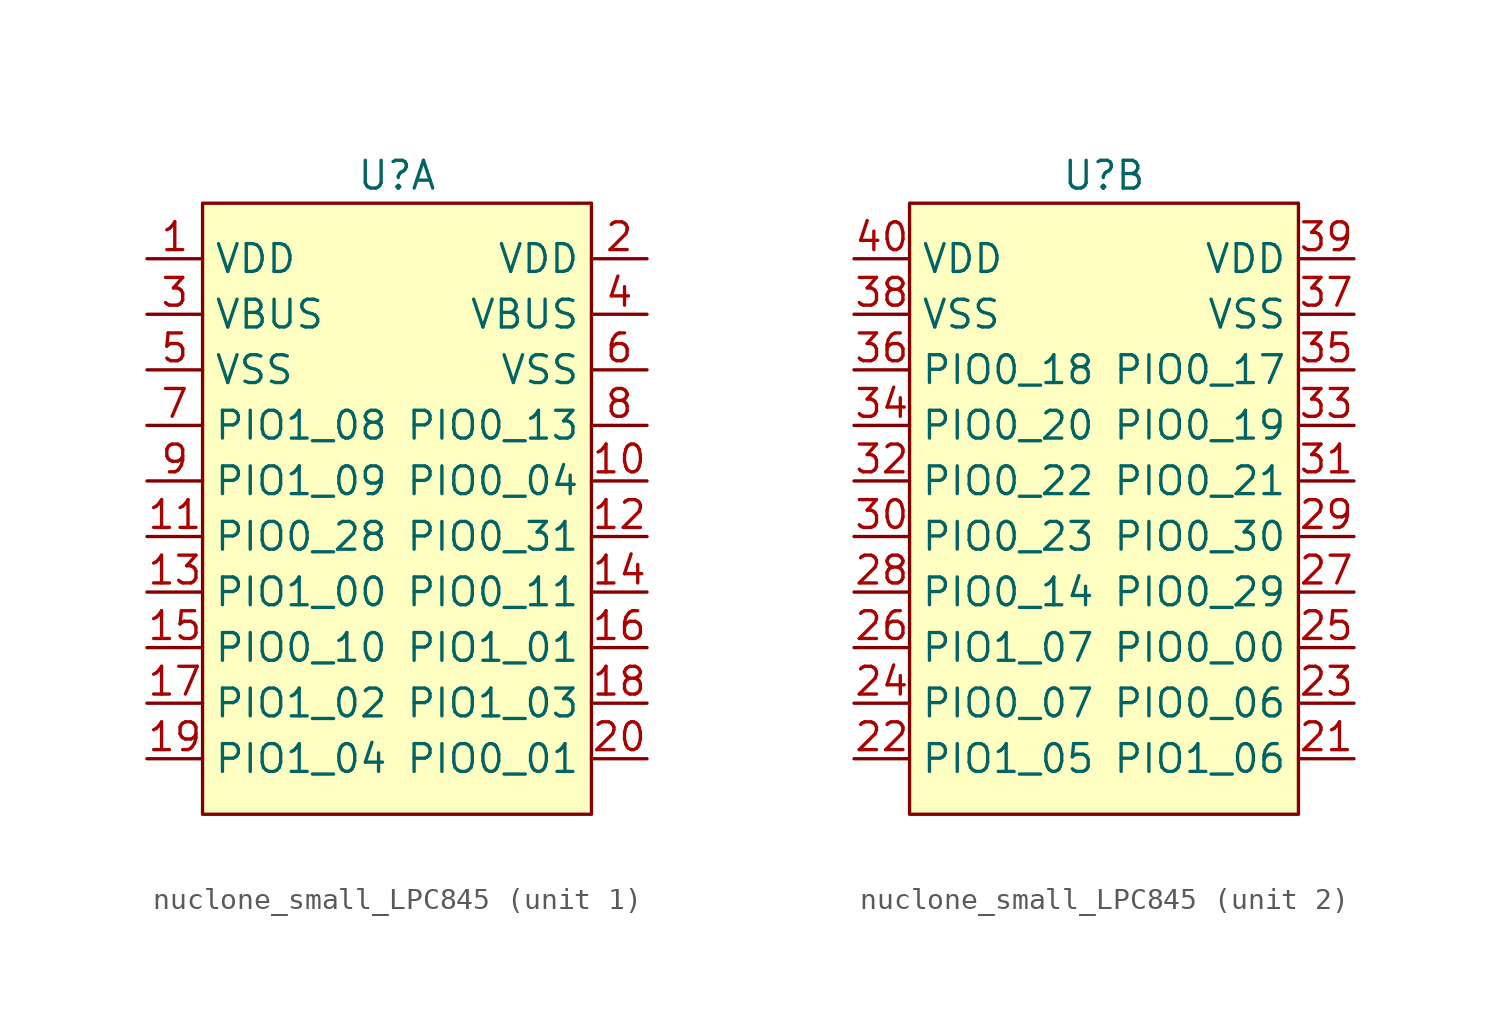
<source format=kicad_sym>
(kicad_symbol_lib
  (version 20231120)
  (generator "kicad_symbol_editor")
  (generator_version "8.0")
  (symbol "nuclone_small_LPC845"
    (property "Reference" "U"
      (at 0 15.24 0)
      (effects (font (size 1.27 1.27))))
    (property "Value" ""
      (at 0 -3.81 0)
      (effects (font (size 1.27 1.27))))
    (property "ki_locked" ""
      (at 0 0 0)
      (effects (font (size 1.27 1.27))))
    (symbol "nuclone_small_LPC845_1_1"
      (rectangle (start -8.89 13.97) (end 8.89 -13.97) (stroke (width 0) (type default)) (fill (type background)))
      (pin power_out line (at -11.43 11.43 0) (length 2.54) (name "VDD" (effects (font (size 1.27 1.27)))) (number "1" (effects (font (size 1.27 1.27)))))
      (pin bidirectional line (at 11.43 1.27 180) (length 2.54) (name "PIO0_04" (effects (font (size 1.27 1.27)))) (number "10" (effects (font (size 1.27 1.27)))))
      (pin bidirectional line (at -11.43 -1.27 0) (length 2.54) (name "PIO0_28" (effects (font (size 1.27 1.27)))) (number "11" (effects (font (size 1.27 1.27)))))
      (pin bidirectional line (at 11.43 -1.27 180) (length 2.54) (name "PIO0_31" (effects (font (size 1.27 1.27)))) (number "12" (effects (font (size 1.27 1.27)))))
      (pin bidirectional line (at -11.43 -3.81 0) (length 2.54) (name "PIO1_00" (effects (font (size 1.27 1.27)))) (number "13" (effects (font (size 1.27 1.27)))))
      (pin bidirectional line (at 11.43 -3.81 180) (length 2.54) (name "PIO0_11" (effects (font (size 1.27 1.27)))) (number "14" (effects (font (size 1.27 1.27)))))
      (pin bidirectional line (at -11.43 -6.35 0) (length 2.54) (name "PIO0_10" (effects (font (size 1.27 1.27)))) (number "15" (effects (font (size 1.27 1.27)))))
      (pin bidirectional line (at 11.43 -6.35 180) (length 2.54) (name "PIO1_01" (effects (font (size 1.27 1.27)))) (number "16" (effects (font (size 1.27 1.27)))))
      (pin bidirectional line (at -11.43 -8.89 0) (length 2.54) (name "PIO1_02" (effects (font (size 1.27 1.27)))) (number "17" (effects (font (size 1.27 1.27)))))
      (pin bidirectional line (at 11.43 -8.89 180) (length 2.54) (name "PIO1_03" (effects (font (size 1.27 1.27)))) (number "18" (effects (font (size 1.27 1.27)))))
      (pin bidirectional line (at -11.43 -11.43 0) (length 2.54) (name "PIO1_04" (effects (font (size 1.27 1.27)))) (number "19" (effects (font (size 1.27 1.27)))))
      (pin power_in line (at 11.43 11.43 180) (length 2.54) (name "VDD" (effects (font (size 1.27 1.27)))) (number "2" (effects (font (size 1.27 1.27)))))
      (pin bidirectional line (at 11.43 -11.43 180) (length 2.54) (name "PIO0_01" (effects (font (size 1.27 1.27)))) (number "20" (effects (font (size 1.27 1.27)))))
      (pin power_out line (at -11.43 8.89 0) (length 2.54) (name "VBUS" (effects (font (size 1.27 1.27)))) (number "3" (effects (font (size 1.27 1.27)))))
      (pin power_in line (at 11.43 8.89 180) (length 2.54) (name "VBUS" (effects (font (size 1.27 1.27)))) (number "4" (effects (font (size 1.27 1.27)))))
      (pin power_out line (at -11.43 6.35 0) (length 2.54) (name "VSS" (effects (font (size 1.27 1.27)))) (number "5" (effects (font (size 1.27 1.27)))))
      (pin power_in line (at 11.43 6.35 180) (length 2.54) (name "VSS" (effects (font (size 1.27 1.27)))) (number "6" (effects (font (size 1.27 1.27)))))
      (pin bidirectional line (at -11.43 3.81 0) (length 2.54) (name "PIO1_08" (effects (font (size 1.27 1.27)))) (number "7" (effects (font (size 1.27 1.27)))))
      (pin bidirectional line (at 11.43 3.81 180) (length 2.54) (name "PIO0_13" (effects (font (size 1.27 1.27)))) (number "8" (effects (font (size 1.27 1.27)))))
      (pin bidirectional line (at -11.43 1.27 0) (length 2.54) (name "PIO1_09" (effects (font (size 1.27 1.27)))) (number "9" (effects (font (size 1.27 1.27))))))
    (symbol "nuclone_small_LPC845_2_1"
      (rectangle (start -8.89 13.97) (end 8.89 -13.97) (stroke (width 0) (type default)) (fill (type background)))
      (pin bidirectional line (at 11.43 -11.43 180) (length 2.54) (name "PIO1_06" (effects (font (size 1.27 1.27)))) (number "21" (effects (font (size 1.27 1.27)))))
      (pin bidirectional line (at -11.43 -11.43 0) (length 2.54) (name "PIO1_05" (effects (font (size 1.27 1.27)))) (number "22" (effects (font (size 1.27 1.27)))))
      (pin bidirectional line (at 11.43 -8.89 180) (length 2.54) (name "PIO0_06" (effects (font (size 1.27 1.27)))) (number "23" (effects (font (size 1.27 1.27)))))
      (pin bidirectional line (at -11.43 -8.89 0) (length 2.54) (name "PIO0_07" (effects (font (size 1.27 1.27)))) (number "24" (effects (font (size 1.27 1.27)))))
      (pin bidirectional line (at 11.43 -6.35 180) (length 2.54) (name "PIO0_00" (effects (font (size 1.27 1.27)))) (number "25" (effects (font (size 1.27 1.27)))))
      (pin bidirectional line (at -11.43 -6.35 0) (length 2.54) (name "PIO1_07" (effects (font (size 1.27 1.27)))) (number "26" (effects (font (size 1.27 1.27)))))
      (pin bidirectional line (at 11.43 -3.81 180) (length 2.54) (name "PIO0_29" (effects (font (size 1.27 1.27)))) (number "27" (effects (font (size 1.27 1.27)))))
      (pin bidirectional line (at -11.43 -3.81 0) (length 2.54) (name "PIO0_14" (effects (font (size 1.27 1.27)))) (number "28" (effects (font (size 1.27 1.27)))))
      (pin bidirectional line (at 11.43 -1.27 180) (length 2.54) (name "PIO0_30" (effects (font (size 1.27 1.27)))) (number "29" (effects (font (size 1.27 1.27)))))
      (pin bidirectional line (at -11.43 -1.27 0) (length 2.54) (name "PIO0_23" (effects (font (size 1.27 1.27)))) (number "30" (effects (font (size 1.27 1.27)))))
      (pin bidirectional line (at 11.43 1.27 180) (length 2.54) (name "PIO0_21" (effects (font (size 1.27 1.27)))) (number "31" (effects (font (size 1.27 1.27)))))
      (pin bidirectional line (at -11.43 1.27 0) (length 2.54) (name "PIO0_22" (effects (font (size 1.27 1.27)))) (number "32" (effects (font (size 1.27 1.27)))))
      (pin bidirectional line (at 11.43 3.81 180) (length 2.54) (name "PIO0_19" (effects (font (size 1.27 1.27)))) (number "33" (effects (font (size 1.27 1.27)))))
      (pin bidirectional line (at -11.43 3.81 0) (length 2.54) (name "PIO0_20" (effects (font (size 1.27 1.27)))) (number "34" (effects (font (size 1.27 1.27)))))
      (pin bidirectional line (at 11.43 6.35 180) (length 2.54) (name "PIO0_17" (effects (font (size 1.27 1.27)))) (number "35" (effects (font (size 1.27 1.27)))))
      (pin bidirectional line (at -11.43 6.35 0) (length 2.54) (name "PIO0_18" (effects (font (size 1.27 1.27)))) (number "36" (effects (font (size 1.27 1.27)))))
      (pin power_in line (at 11.43 8.89 180) (length 2.54) (name "VSS" (effects (font (size 1.27 1.27)))) (number "37" (effects (font (size 1.27 1.27)))))
      (pin power_in line (at -11.43 8.89 0) (length 2.54) (name "VSS" (effects (font (size 1.27 1.27)))) (number "38" (effects (font (size 1.27 1.27)))))
      (pin power_in line (at 11.43 11.43 180) (length 2.54) (name "VDD" (effects (font (size 1.27 1.27)))) (number "39" (effects (font (size 1.27 1.27)))))
      (pin power_in line (at -11.43 11.43 0) (length 2.54) (name "VDD" (effects (font (size 1.27 1.27)))) (number "40" (effects (font (size 1.27 1.27))))))))
</source>
